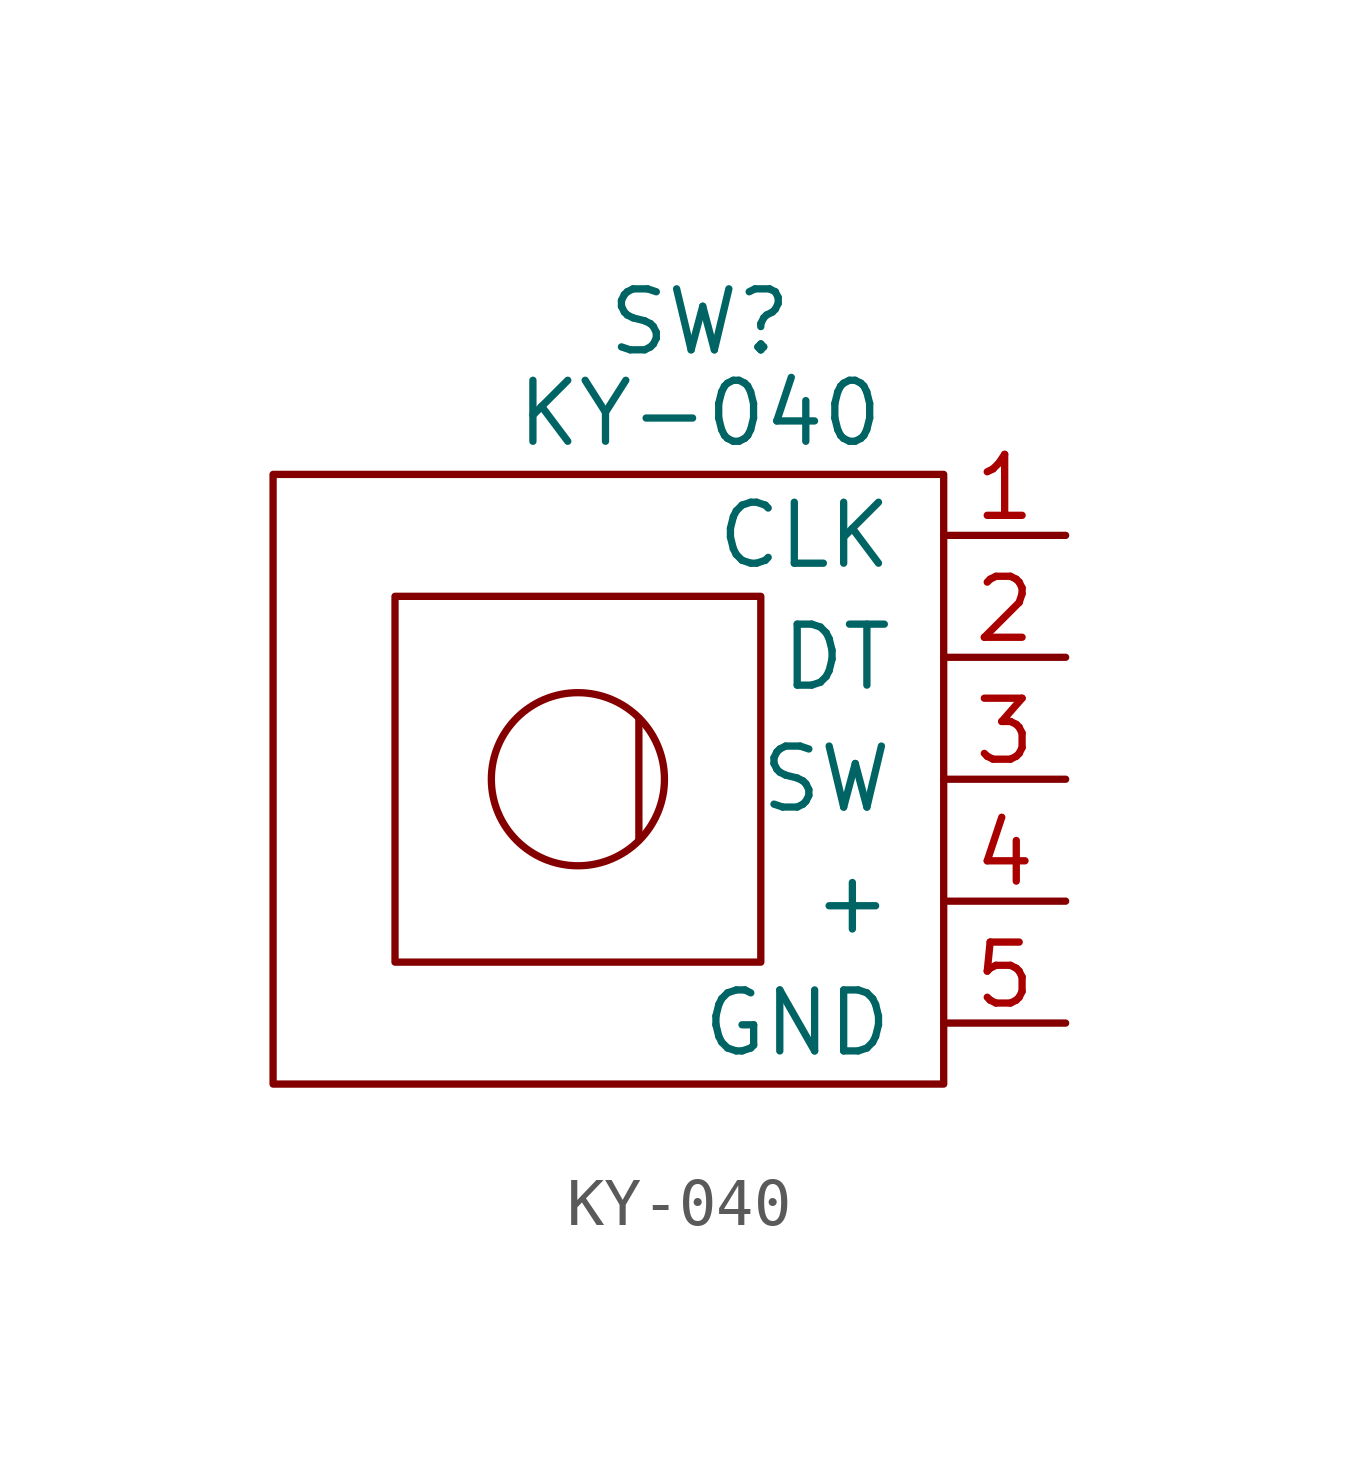
<source format=kicad_sym>
(kicad_symbol_lib
  (version 20211014)
  (generator kicad_symbol_editor)
  (symbol "KY-040"
    (pin_names
      (offset 1.016))
    (property "Reference" "SW"
      (at 2.54 9.525 0)
      (effects (font (size 1.27 1.27))))
    (property "Value" "KY-040"
      (at 2.54 7.62 0)
      (effects (font (size 1.27 1.27))))
    (symbol "KY-040_0_1"
      (rectangle (start -6.35 6.35) (end 7.62 -6.35) (stroke (width 0) (type default) (color 0 0 0 0)) (fill (type none)))
      (rectangle (start -3.81 3.81) (end 3.81 -3.81) (stroke (width 0) (type default) (color 0 0 0 0)) (fill (type none)))
      (polyline (pts (xy 1.27 -1.27) (xy 1.27 1.27)) (stroke (width 0) (type default) (color 0 0 0 0)) (fill (type none)))
      (circle (center 0 0) (radius 1.803) (stroke (width 0) (type default) (color 0 0 0 0)) (fill (type none))))
    (symbol "KY-040_1_1"
      (pin input line (at 10.16 5.08 180) (length 2.54) (name "CLK" (effects (font (size 1.27 1.27)))) (number "1" (effects (font (size 1.27 1.27)))))
      (pin input line (at 10.16 2.54 180) (length 2.54) (name "DT" (effects (font (size 1.27 1.27)))) (number "2" (effects (font (size 1.27 1.27)))))
      (pin input line (at 10.16 0 180) (length 2.54) (name "SW" (effects (font (size 1.27 1.27)))) (number "3" (effects (font (size 1.27 1.27)))))
      (pin input line (at 10.16 -2.54 180) (length 2.54) (name "+" (effects (font (size 1.27 1.27)))) (number "4" (effects (font (size 1.27 1.27)))))
      (pin input line (at 10.16 -5.08 180) (length 2.54) (name "GND" (effects (font (size 1.27 1.27)))) (number "5" (effects (font (size 1.27 1.27))))))))
</source>
